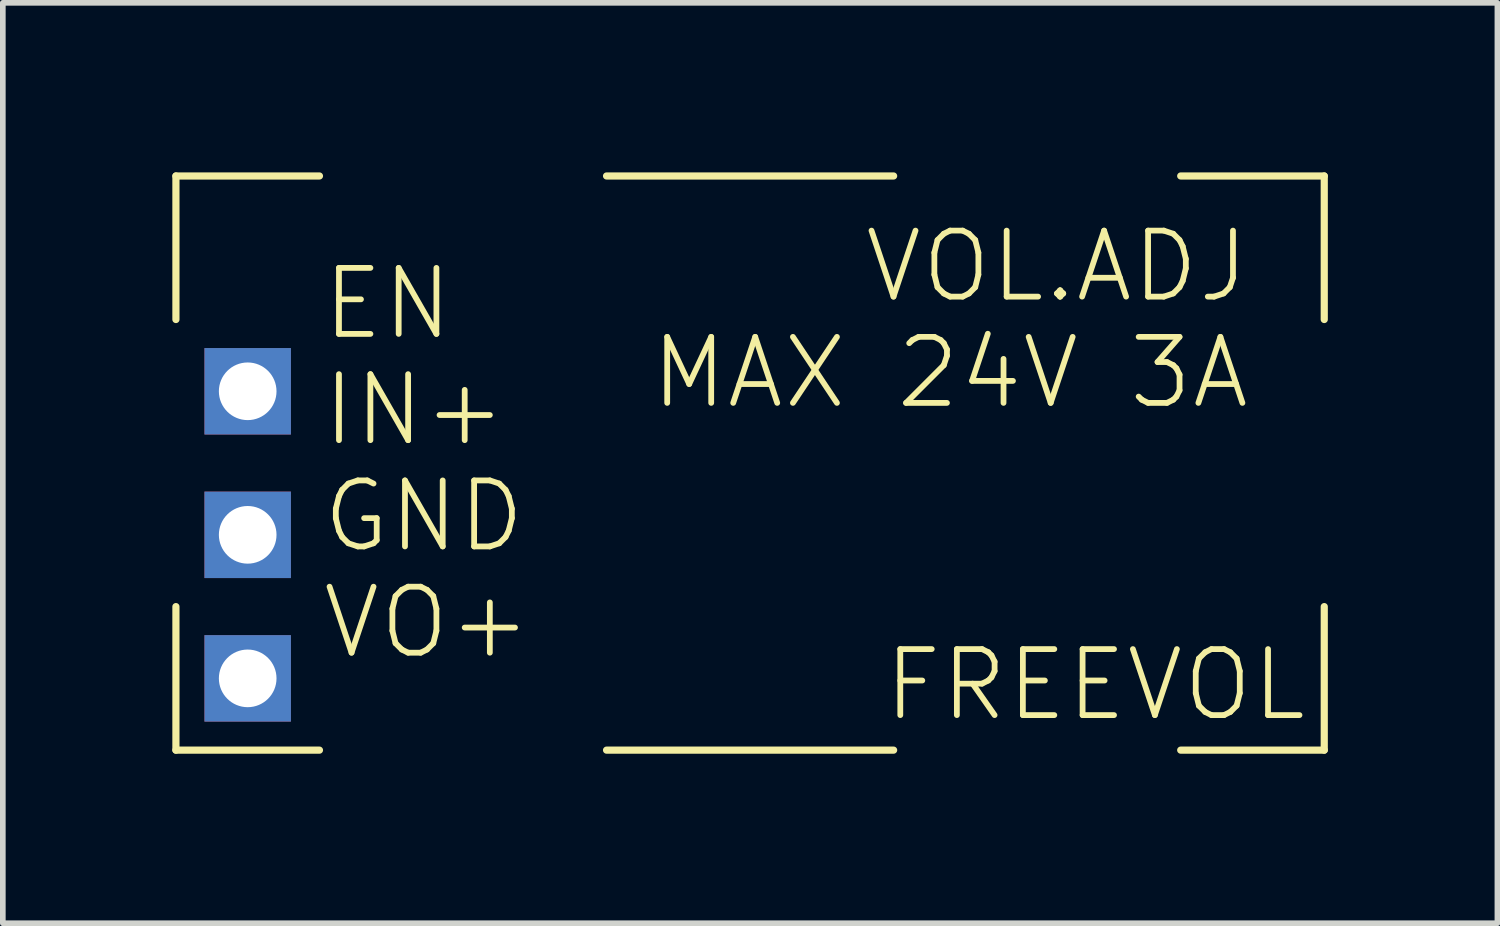
<source format=kicad_pcb>
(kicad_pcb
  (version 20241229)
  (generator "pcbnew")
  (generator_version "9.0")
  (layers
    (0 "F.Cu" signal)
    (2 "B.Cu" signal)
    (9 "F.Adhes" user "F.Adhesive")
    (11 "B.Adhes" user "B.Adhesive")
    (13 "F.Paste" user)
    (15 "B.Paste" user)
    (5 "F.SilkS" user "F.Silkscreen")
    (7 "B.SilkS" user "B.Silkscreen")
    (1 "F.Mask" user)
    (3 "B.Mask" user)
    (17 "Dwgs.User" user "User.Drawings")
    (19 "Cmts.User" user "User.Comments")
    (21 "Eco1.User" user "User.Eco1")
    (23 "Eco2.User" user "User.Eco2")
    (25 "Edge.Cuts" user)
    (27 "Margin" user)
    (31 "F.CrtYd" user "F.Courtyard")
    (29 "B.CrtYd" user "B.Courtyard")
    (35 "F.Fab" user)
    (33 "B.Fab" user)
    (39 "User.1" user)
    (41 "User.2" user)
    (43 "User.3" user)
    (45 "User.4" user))
  (footprint "FREEVOL"
    (layer "F.Cu")
    (at 10.223 5.144)
    (property "Reference" "FREEVOL" (at 9.9 4.608 0) (layer "F.SilkS") (effects (font (size 1.168 1.168) (thickness 0.102)) (justify right bottom)))
    (fp_line (start -10.16 -5.08) (end -7.62 -5.08) (stroke (width 0.127) (type solid)) (layer "F.SilkS"))
    (fp_line (start -10.16 -2.54) (end -10.16 -5.08) (stroke (width 0.127) (type solid)) (layer "F.SilkS"))
    (fp_line (start -10.16 2.54) (end -10.16 5.08) (stroke (width 0.127) (type solid)) (layer "F.SilkS"))
    (fp_line (start -10.16 5.08) (end -7.62 5.08) (stroke (width 0.127) (type solid)) (layer "F.SilkS"))
    (fp_line (start -2.54 5.08) (end 2.54 5.08) (stroke (width 0.127) (type solid)) (layer "F.SilkS"))
    (fp_line (start 2.54 -5.08) (end -2.54 -5.08) (stroke (width 0.127) (type solid)) (layer "F.SilkS"))
    (fp_line (start 7.62 -5.08) (end 10.16 -5.08) (stroke (width 0.127) (type solid)) (layer "F.SilkS"))
    (fp_line (start 7.62 5.08) (end 10.16 5.08) (stroke (width 0.127) (type solid)) (layer "F.SilkS"))
    (fp_line (start 10.16 -5.08) (end 10.16 -2.54) (stroke (width 0.127) (type solid)) (layer "F.SilkS"))
    (fp_line (start 10.16 5.08) (end 10.16 2.54) (stroke (width 0.127) (type solid)) (layer "F.SilkS"))
    (fp_text user "VOL.ADJ\nMAX 24V 3A" (at 8.89 -2.54 0) (layer "F.SilkS") (effects (font (size 1.168 1.168) (thickness 0.102)) (justify right)))
    (fp_text user "EN\nIN+\nGND\nVO+" (at -7.62 0 0) (layer "F.SilkS") (effects (font (size 1.168 1.168) (thickness 0.102)) (justify left)))
    (pad "P1" thru_hole rect (at -8.89 -1.27) (size 1.53 1.53) (drill 1.02) (layers "*.Cu" "*.Mask"))
    (pad "P2" thru_hole rect (at -8.89 1.27) (size 1.53 1.53) (drill 1.02) (layers "*.Cu" "*.Mask"))
    (pad "P3" thru_hole rect (at -8.89 3.81) (size 1.53 1.53) (drill 1.02) (layers "*.Cu" "*.Mask")))
  (gr_rect
    (start -3 -3)
    (end 23.447 13.287)
    (stroke (width 0.1) (type default))
    (fill no)
    (layer "Edge.Cuts")))
</source>
